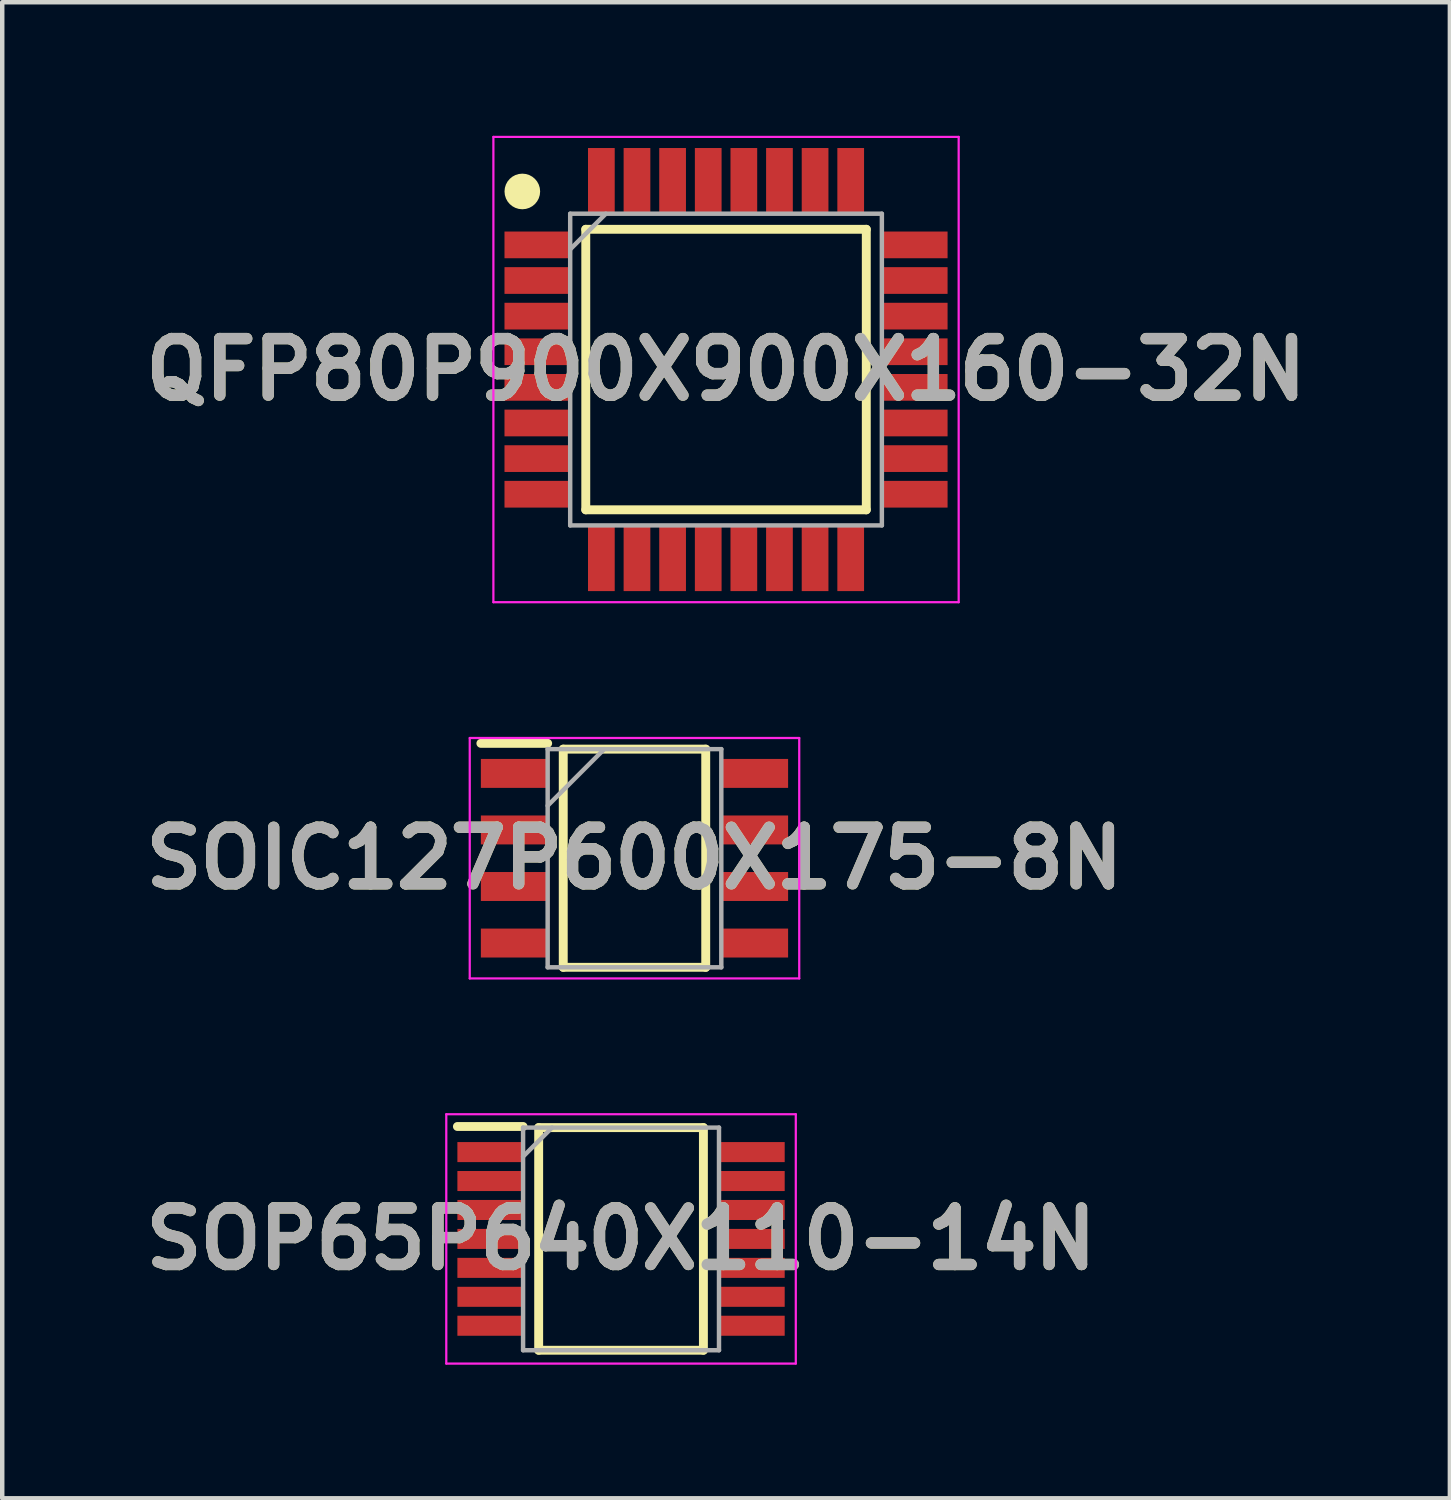
<source format=kicad_pcb>
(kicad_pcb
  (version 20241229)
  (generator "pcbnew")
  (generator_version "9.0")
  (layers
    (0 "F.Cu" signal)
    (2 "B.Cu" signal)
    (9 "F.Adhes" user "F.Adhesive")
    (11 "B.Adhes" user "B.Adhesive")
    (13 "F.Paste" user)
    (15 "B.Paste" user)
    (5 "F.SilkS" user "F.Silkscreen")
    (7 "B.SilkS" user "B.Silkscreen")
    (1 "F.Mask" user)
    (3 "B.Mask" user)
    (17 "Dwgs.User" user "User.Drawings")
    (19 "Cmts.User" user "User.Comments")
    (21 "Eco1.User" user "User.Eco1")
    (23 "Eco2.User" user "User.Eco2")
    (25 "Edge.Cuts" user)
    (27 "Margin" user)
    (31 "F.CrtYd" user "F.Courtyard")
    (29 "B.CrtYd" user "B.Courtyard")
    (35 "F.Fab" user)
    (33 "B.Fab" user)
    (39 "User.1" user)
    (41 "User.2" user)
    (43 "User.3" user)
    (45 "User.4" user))
  (footprint "SOP65P640X110-14N"
    (layer "F.Cu")
    (at 10.898 24.775)
    (property "Reference" "SOP65P640X110-14N" (at 0 0 0) (layer "F.SilkS") (effects (font (size 1.27 1.27) (thickness 0.254))))
    (attr smd)
    (fp_line (start -3.675 -2.525) (end -2.2 -2.525) (stroke (width 0.2) (type solid)) (layer "F.SilkS"))
    (fp_line (start -1.85 -2.5) (end 1.85 -2.5) (stroke (width 0.2) (type solid)) (layer "F.SilkS"))
    (fp_line (start -1.85 2.5) (end -1.85 -2.5) (stroke (width 0.2) (type solid)) (layer "F.SilkS"))
    (fp_line (start 1.85 -2.5) (end 1.85 2.5) (stroke (width 0.2) (type solid)) (layer "F.SilkS"))
    (fp_line (start 1.85 2.5) (end -1.85 2.5) (stroke (width 0.2) (type solid)) (layer "F.SilkS"))
    (fp_line (start -3.925 -2.8) (end 3.925 -2.8) (stroke (width 0.05) (type solid)) (layer "F.CrtYd"))
    (fp_line (start -3.925 2.8) (end -3.925 -2.8) (stroke (width 0.05) (type solid)) (layer "F.CrtYd"))
    (fp_line (start 3.925 -2.8) (end 3.925 2.8) (stroke (width 0.05) (type solid)) (layer "F.CrtYd"))
    (fp_line (start 3.925 2.8) (end -3.925 2.8) (stroke (width 0.05) (type solid)) (layer "F.CrtYd"))
    (fp_line (start -2.2 -2.5) (end 2.2 -2.5) (stroke (width 0.1) (type solid)) (layer "F.Fab"))
    (fp_line (start -2.2 -1.85) (end -1.55 -2.5) (stroke (width 0.1) (type solid)) (layer "F.Fab"))
    (fp_line (start -2.2 2.5) (end -2.2 -2.5) (stroke (width 0.1) (type solid)) (layer "F.Fab"))
    (fp_line (start 2.2 -2.5) (end 2.2 2.5) (stroke (width 0.1) (type solid)) (layer "F.Fab"))
    (fp_line (start 2.2 2.5) (end -2.2 2.5) (stroke (width 0.1) (type solid)) (layer "F.Fab"))
    (fp_text user "${REFERENCE}" (at 0 0 0) (layer "F.Fab") (effects (font (size 1.27 1.27) (thickness 0.254))))
    (pad "1" smd rect (at -2.938 -1.95 90) (size 0.45 1.475) (layers "F.Cu" "F.Mask" "F.Paste"))
    (pad "2" smd rect (at -2.938 -1.3 90) (size 0.45 1.475) (layers "F.Cu" "F.Mask" "F.Paste"))
    (pad "3" smd rect (at -2.938 -0.65 90) (size 0.45 1.475) (layers "F.Cu" "F.Mask" "F.Paste"))
    (pad "4" smd rect (at -2.938 0 90) (size 0.45 1.475) (layers "F.Cu" "F.Mask" "F.Paste"))
    (pad "5" smd rect (at -2.938 0.65 90) (size 0.45 1.475) (layers "F.Cu" "F.Mask" "F.Paste"))
    (pad "6" smd rect (at -2.938 1.3 90) (size 0.45 1.475) (layers "F.Cu" "F.Mask" "F.Paste"))
    (pad "7" smd rect (at -2.938 1.95 90) (size 0.45 1.475) (layers "F.Cu" "F.Mask" "F.Paste"))
    (pad "8" smd rect (at 2.938 1.95 90) (size 0.45 1.475) (layers "F.Cu" "F.Mask" "F.Paste"))
    (pad "9" smd rect (at 2.938 1.3 90) (size 0.45 1.475) (layers "F.Cu" "F.Mask" "F.Paste"))
    (pad "10" smd rect (at 2.938 0.65 90) (size 0.45 1.475) (layers "F.Cu" "F.Mask" "F.Paste"))
    (pad "11" smd rect (at 2.938 0 90) (size 0.45 1.475) (layers "F.Cu" "F.Mask" "F.Paste"))
    (pad "12" smd rect (at 2.938 -0.65 90) (size 0.45 1.475) (layers "F.Cu" "F.Mask" "F.Paste"))
    (pad "13" smd rect (at 2.938 -1.3 90) (size 0.45 1.475) (layers "F.Cu" "F.Mask" "F.Paste"))
    (pad "14" smd rect (at 2.938 -1.95 90) (size 0.45 1.475) (layers "F.Cu" "F.Mask" "F.Paste")))
  (footprint "SOIC127P600X175-8N"
    (layer "F.Cu")
    (at 11.2 16.225)
    (property "Reference" "SOIC127P600X175-8N" (at 0 0 0) (layer "F.SilkS") (effects (font (size 1.27 1.27) (thickness 0.254))))
    (attr smd)
    (fp_line (start -3.45 -2.58) (end -1.95 -2.58) (stroke (width 0.2) (type solid)) (layer "F.SilkS"))
    (fp_line (start -1.6 -2.45) (end 1.6 -2.45) (stroke (width 0.2) (type solid)) (layer "F.SilkS"))
    (fp_line (start -1.6 2.45) (end -1.6 -2.45) (stroke (width 0.2) (type solid)) (layer "F.SilkS"))
    (fp_line (start 1.6 -2.45) (end 1.6 2.45) (stroke (width 0.2) (type solid)) (layer "F.SilkS"))
    (fp_line (start 1.6 2.45) (end -1.6 2.45) (stroke (width 0.2) (type solid)) (layer "F.SilkS"))
    (fp_line (start -3.7 -2.7) (end 3.7 -2.7) (stroke (width 0.05) (type solid)) (layer "F.CrtYd"))
    (fp_line (start -3.7 2.7) (end -3.7 -2.7) (stroke (width 0.05) (type solid)) (layer "F.CrtYd"))
    (fp_line (start 3.7 -2.7) (end 3.7 2.7) (stroke (width 0.05) (type solid)) (layer "F.CrtYd"))
    (fp_line (start 3.7 2.7) (end -3.7 2.7) (stroke (width 0.05) (type solid)) (layer "F.CrtYd"))
    (fp_line (start -1.95 -2.45) (end 1.95 -2.45) (stroke (width 0.1) (type solid)) (layer "F.Fab"))
    (fp_line (start -1.95 -1.18) (end -0.68 -2.45) (stroke (width 0.1) (type solid)) (layer "F.Fab"))
    (fp_line (start -1.95 2.45) (end -1.95 -2.45) (stroke (width 0.1) (type solid)) (layer "F.Fab"))
    (fp_line (start 1.95 -2.45) (end 1.95 2.45) (stroke (width 0.1) (type solid)) (layer "F.Fab"))
    (fp_line (start 1.95 2.45) (end -1.95 2.45) (stroke (width 0.1) (type solid)) (layer "F.Fab"))
    (fp_text user "${REFERENCE}" (at 0 0 0) (layer "F.Fab") (effects (font (size 1.27 1.27) (thickness 0.254))))
    (pad "1" smd rect (at -2.7 -1.905 90) (size 0.65 1.5) (layers "F.Cu" "F.Mask" "F.Paste"))
    (pad "2" smd rect (at -2.7 -0.635 90) (size 0.65 1.5) (layers "F.Cu" "F.Mask" "F.Paste"))
    (pad "3" smd rect (at -2.7 0.635 90) (size 0.65 1.5) (layers "F.Cu" "F.Mask" "F.Paste"))
    (pad "4" smd rect (at -2.7 1.905 90) (size 0.65 1.5) (layers "F.Cu" "F.Mask" "F.Paste"))
    (pad "5" smd rect (at 2.7 1.905 90) (size 0.65 1.5) (layers "F.Cu" "F.Mask" "F.Paste"))
    (pad "6" smd rect (at 2.7 0.635 90) (size 0.65 1.5) (layers "F.Cu" "F.Mask" "F.Paste"))
    (pad "7" smd rect (at 2.7 -0.635 90) (size 0.65 1.5) (layers "F.Cu" "F.Mask" "F.Paste"))
    (pad "8" smd rect (at 2.7 -1.905 90) (size 0.65 1.5) (layers "F.Cu" "F.Mask" "F.Paste")))
  (footprint "QFP80P900X900X160-32N"
    (layer "F.Cu")
    (at 13.256 5.25)
    (property "Reference" "QFP80P900X900X160-32N" (at 0 0 0) (layer "F.SilkS") (effects (font (size 1.27 1.27) (thickness 0.254))))
    (attr smd)
    (fp_line (start -3.15 -3.15) (end 3.15 -3.15) (stroke (width 0.2) (type solid)) (layer "F.SilkS"))
    (fp_line (start -3.15 3.15) (end -3.15 -3.15) (stroke (width 0.2) (type solid)) (layer "F.SilkS"))
    (fp_line (start 3.15 -3.15) (end 3.15 3.15) (stroke (width 0.2) (type solid)) (layer "F.SilkS"))
    (fp_line (start 3.15 3.15) (end -3.15 3.15) (stroke (width 0.2) (type solid)) (layer "F.SilkS"))
    (fp_circle (center -4.575 -4) (end -4.575 -3.8) (stroke (width 0.4) (type solid)) (fill no) (layer "F.SilkS"))
    (fp_line (start -5.225 -5.225) (end 5.225 -5.225) (stroke (width 0.05) (type solid)) (layer "F.CrtYd"))
    (fp_line (start -5.225 5.225) (end -5.225 -5.225) (stroke (width 0.05) (type solid)) (layer "F.CrtYd"))
    (fp_line (start 5.225 -5.225) (end 5.225 5.225) (stroke (width 0.05) (type solid)) (layer "F.CrtYd"))
    (fp_line (start 5.225 5.225) (end -5.225 5.225) (stroke (width 0.05) (type solid)) (layer "F.CrtYd"))
    (fp_line (start -3.5 -3.5) (end 3.5 -3.5) (stroke (width 0.1) (type solid)) (layer "F.Fab"))
    (fp_line (start -3.5 -2.7) (end -2.7 -3.5) (stroke (width 0.1) (type solid)) (layer "F.Fab"))
    (fp_line (start -3.5 3.5) (end -3.5 -3.5) (stroke (width 0.1) (type solid)) (layer "F.Fab"))
    (fp_line (start 3.5 -3.5) (end 3.5 3.5) (stroke (width 0.1) (type solid)) (layer "F.Fab"))
    (fp_line (start 3.5 3.5) (end -3.5 3.5) (stroke (width 0.1) (type solid)) (layer "F.Fab"))
    (fp_text user "${REFERENCE}" (at 0 0 0) (layer "F.Fab") (effects (font (size 1.27 1.27) (thickness 0.254))))
    (pad "1" smd rect (at -4.238 -2.8 90) (size 0.6 1.475) (layers "F.Cu" "F.Mask" "F.Paste"))
    (pad "2" smd rect (at -4.238 -2 90) (size 0.6 1.475) (layers "F.Cu" "F.Mask" "F.Paste"))
    (pad "3" smd rect (at -4.238 -1.2 90) (size 0.6 1.475) (layers "F.Cu" "F.Mask" "F.Paste"))
    (pad "4" smd rect (at -4.238 -0.4 90) (size 0.6 1.475) (layers "F.Cu" "F.Mask" "F.Paste"))
    (pad "5" smd rect (at -4.238 0.4 90) (size 0.6 1.475) (layers "F.Cu" "F.Mask" "F.Paste"))
    (pad "6" smd rect (at -4.238 1.2 90) (size 0.6 1.475) (layers "F.Cu" "F.Mask" "F.Paste"))
    (pad "7" smd rect (at -4.238 2 90) (size 0.6 1.475) (layers "F.Cu" "F.Mask" "F.Paste"))
    (pad "8" smd rect (at -4.238 2.8 90) (size 0.6 1.475) (layers "F.Cu" "F.Mask" "F.Paste"))
    (pad "9" smd rect (at -2.8 4.238) (size 0.6 1.475) (layers "F.Cu" "F.Mask" "F.Paste"))
    (pad "10" smd rect (at -2 4.238) (size 0.6 1.475) (layers "F.Cu" "F.Mask" "F.Paste"))
    (pad "11" smd rect (at -1.2 4.238) (size 0.6 1.475) (layers "F.Cu" "F.Mask" "F.Paste"))
    (pad "12" smd rect (at -0.4 4.238) (size 0.6 1.475) (layers "F.Cu" "F.Mask" "F.Paste"))
    (pad "13" smd rect (at 0.4 4.238) (size 0.6 1.475) (layers "F.Cu" "F.Mask" "F.Paste"))
    (pad "14" smd rect (at 1.2 4.238) (size 0.6 1.475) (layers "F.Cu" "F.Mask" "F.Paste"))
    (pad "15" smd rect (at 2 4.238) (size 0.6 1.475) (layers "F.Cu" "F.Mask" "F.Paste"))
    (pad "16" smd rect (at 2.8 4.238) (size 0.6 1.475) (layers "F.Cu" "F.Mask" "F.Paste"))
    (pad "17" smd rect (at 4.238 2.8 90) (size 0.6 1.475) (layers "F.Cu" "F.Mask" "F.Paste"))
    (pad "18" smd rect (at 4.238 2 90) (size 0.6 1.475) (layers "F.Cu" "F.Mask" "F.Paste"))
    (pad "19" smd rect (at 4.238 1.2 90) (size 0.6 1.475) (layers "F.Cu" "F.Mask" "F.Paste"))
    (pad "20" smd rect (at 4.238 0.4 90) (size 0.6 1.475) (layers "F.Cu" "F.Mask" "F.Paste"))
    (pad "21" smd rect (at 4.238 -0.4 90) (size 0.6 1.475) (layers "F.Cu" "F.Mask" "F.Paste"))
    (pad "22" smd rect (at 4.238 -1.2 90) (size 0.6 1.475) (layers "F.Cu" "F.Mask" "F.Paste"))
    (pad "23" smd rect (at 4.238 -2 90) (size 0.6 1.475) (layers "F.Cu" "F.Mask" "F.Paste"))
    (pad "24" smd rect (at 4.238 -2.8 90) (size 0.6 1.475) (layers "F.Cu" "F.Mask" "F.Paste"))
    (pad "25" smd rect (at 2.8 -4.238) (size 0.6 1.475) (layers "F.Cu" "F.Mask" "F.Paste"))
    (pad "26" smd rect (at 2 -4.238) (size 0.6 1.475) (layers "F.Cu" "F.Mask" "F.Paste"))
    (pad "27" smd rect (at 1.2 -4.238) (size 0.6 1.475) (layers "F.Cu" "F.Mask" "F.Paste"))
    (pad "28" smd rect (at 0.4 -4.238) (size 0.6 1.475) (layers "F.Cu" "F.Mask" "F.Paste"))
    (pad "29" smd rect (at -0.4 -4.238) (size 0.6 1.475) (layers "F.Cu" "F.Mask" "F.Paste"))
    (pad "30" smd rect (at -1.2 -4.238) (size 0.6 1.475) (layers "F.Cu" "F.Mask" "F.Paste"))
    (pad "31" smd rect (at -2 -4.238) (size 0.6 1.475) (layers "F.Cu" "F.Mask" "F.Paste"))
    (pad "32" smd rect (at -2.8 -4.238) (size 0.6 1.475) (layers "F.Cu" "F.Mask" "F.Paste")))
  (gr_rect
    (start -3 -3)
    (end 29.513 30.6)
    (stroke (width 0.1) (type default))
    (fill no)
    (layer "Edge.Cuts")))
</source>
